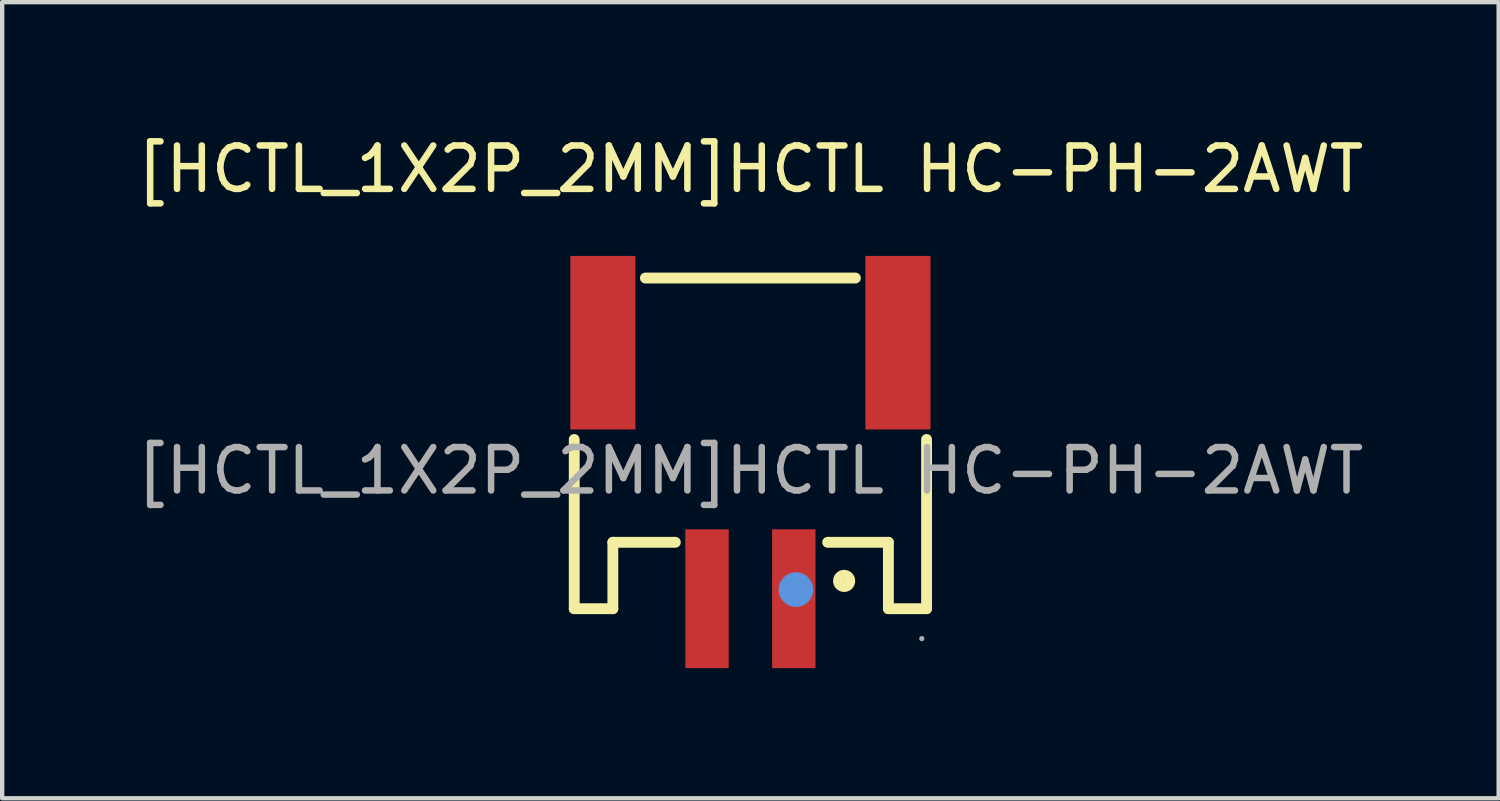
<source format=kicad_pcb>
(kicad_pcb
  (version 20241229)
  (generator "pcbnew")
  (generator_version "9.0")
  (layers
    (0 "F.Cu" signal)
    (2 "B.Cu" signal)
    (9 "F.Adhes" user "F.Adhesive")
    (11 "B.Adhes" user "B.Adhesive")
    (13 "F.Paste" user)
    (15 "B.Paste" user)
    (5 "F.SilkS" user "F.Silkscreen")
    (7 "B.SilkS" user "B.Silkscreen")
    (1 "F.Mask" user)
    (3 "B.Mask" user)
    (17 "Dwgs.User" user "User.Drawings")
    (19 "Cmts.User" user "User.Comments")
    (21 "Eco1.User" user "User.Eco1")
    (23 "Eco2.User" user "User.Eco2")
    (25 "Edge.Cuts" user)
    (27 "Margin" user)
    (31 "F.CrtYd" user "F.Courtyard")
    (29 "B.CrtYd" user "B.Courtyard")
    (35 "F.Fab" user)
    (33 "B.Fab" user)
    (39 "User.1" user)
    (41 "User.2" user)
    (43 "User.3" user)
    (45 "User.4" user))
  (footprint "[HCTL_1X2P_2MM]HCTL HC-PH-2AWT"
    (layer "F.Cu")
    (at 14.244 7.798)
    (property "Reference" "[HCTL_1X2P_2MM]HCTL HC-PH-2AWT" (at 0 -6.95 0) (layer "F.SilkS") (effects (font (size 1 1) (thickness 0.15))))
    (attr smd)
    (fp_line (start -4.06 3.18) (end -4.06 -0.72) (stroke (width 0.25) (type solid)) (layer "F.SilkS"))
    (fp_line (start -3.17 1.65) (end -3.17 3.18) (stroke (width 0.25) (type solid)) (layer "F.SilkS"))
    (fp_line (start -3.17 3.18) (end -4.06 3.18) (stroke (width 0.25) (type solid)) (layer "F.SilkS"))
    (fp_line (start -1.73 1.65) (end -3.17 1.65) (stroke (width 0.25) (type solid)) (layer "F.SilkS"))
    (fp_line (start 2.42 -4.44) (end -2.42 -4.44) (stroke (width 0.25) (type solid)) (layer "F.SilkS"))
    (fp_line (start 3.18 1.65) (end 1.78 1.65) (stroke (width 0.25) (type solid)) (layer "F.SilkS"))
    (fp_line (start 3.18 3.18) (end 3.18 1.65) (stroke (width 0.25) (type solid)) (layer "F.SilkS"))
    (fp_line (start 4.06 -0.72) (end 4.06 3.18) (stroke (width 0.25) (type solid)) (layer "F.SilkS"))
    (fp_line (start 4.06 3.18) (end 3.18 3.18) (stroke (width 0.25) (type solid)) (layer "F.SilkS"))
    (fp_circle (center 2.16 2.54) (end 2.29 2.54) (stroke (width 0.25) (type solid)) (fill no) (layer "F.SilkS"))
    (fp_circle (center 1.05 2.74) (end 1.25 2.74) (stroke (width 0.4) (type solid)) (fill no) (layer "Cmts.User"))
    (fp_circle (center 3.95 3.87) (end 3.98 3.87) (stroke (width 0.06) (type solid)) (fill no) (layer "F.Fab"))
    (fp_text user "${REFERENCE}" (at 0 0 0) (layer "F.Fab") (effects (font (size 1 1) (thickness 0.15))))
    (pad "1" smd rect (at 1 2.95) (size 1 3.2) (layers "F.Cu" "F.Mask" "F.Paste"))
    (pad "2" smd rect (at -1 2.95) (size 1 3.2) (layers "F.Cu" "F.Mask" "F.Paste"))
    (pad "3" smd rect (at -3.4 -2.95) (size 1.5 4) (layers "F.Cu" "F.Mask" "F.Paste"))
    (pad "4" smd rect (at 3.4 -2.95) (size 1.5 4) (layers "F.Cu" "F.Mask" "F.Paste")))
  (gr_rect
    (start -3 -3)
    (end 31.488 15.348)
    (stroke (width 0.1) (type default))
    (fill no)
    (layer "Edge.Cuts")))
</source>
